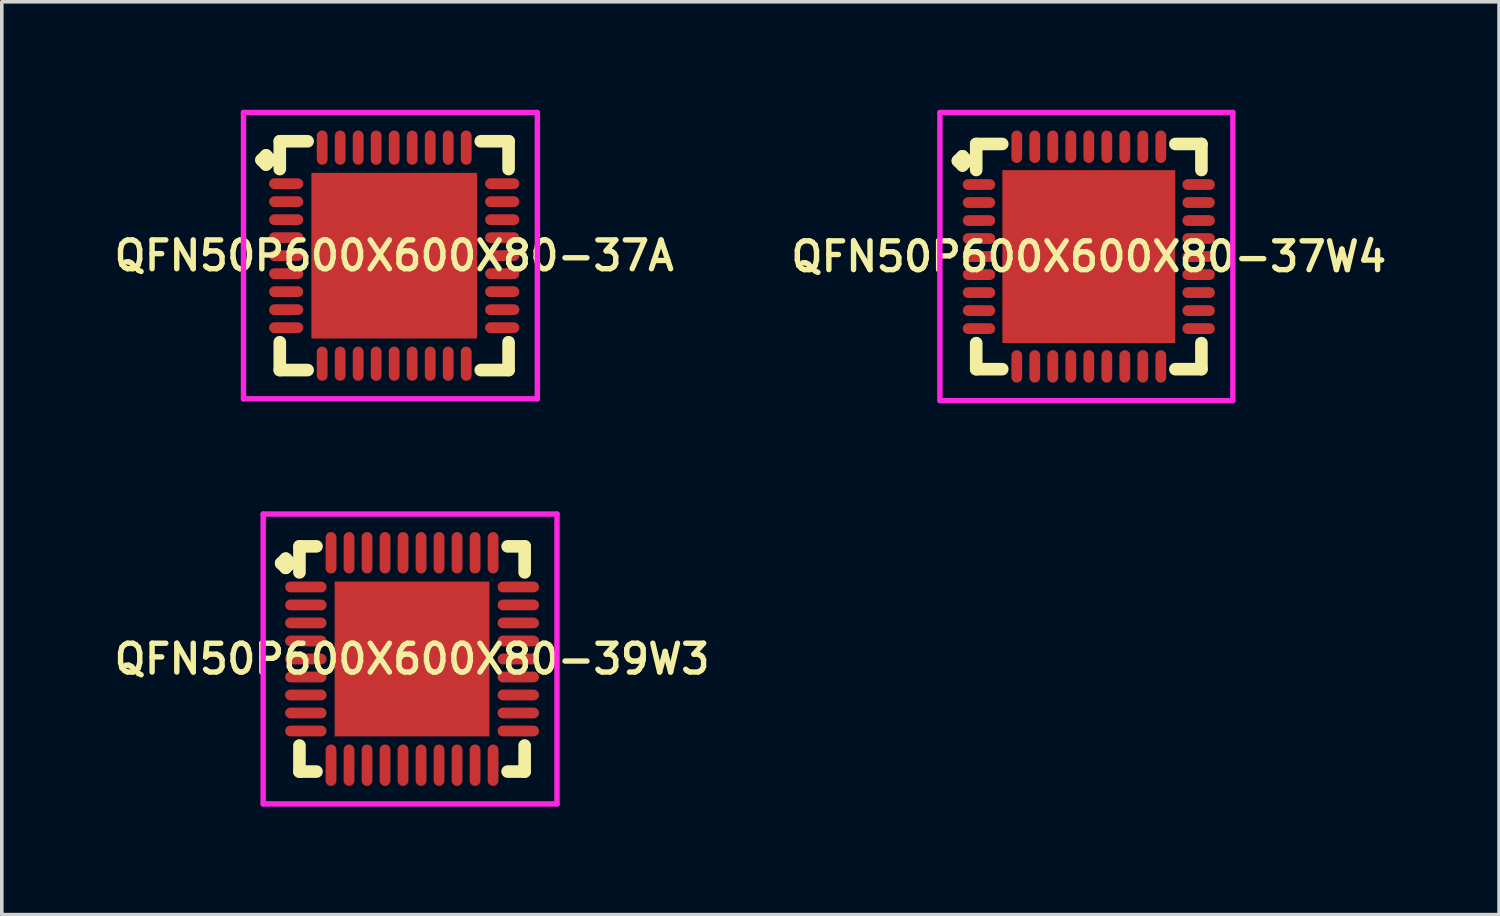
<source format=kicad_pcb>
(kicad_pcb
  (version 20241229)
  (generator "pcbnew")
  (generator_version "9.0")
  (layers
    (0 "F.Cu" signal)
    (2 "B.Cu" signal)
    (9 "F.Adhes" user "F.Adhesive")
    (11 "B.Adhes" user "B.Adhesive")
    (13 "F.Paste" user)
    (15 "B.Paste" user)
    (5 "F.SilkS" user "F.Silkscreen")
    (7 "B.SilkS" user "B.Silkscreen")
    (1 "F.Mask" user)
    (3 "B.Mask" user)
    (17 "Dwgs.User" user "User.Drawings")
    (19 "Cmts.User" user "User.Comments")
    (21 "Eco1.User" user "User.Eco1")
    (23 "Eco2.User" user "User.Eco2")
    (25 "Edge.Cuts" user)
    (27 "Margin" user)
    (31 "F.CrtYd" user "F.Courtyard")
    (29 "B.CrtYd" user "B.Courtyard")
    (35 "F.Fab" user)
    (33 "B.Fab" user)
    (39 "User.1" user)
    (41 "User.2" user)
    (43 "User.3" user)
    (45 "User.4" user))
  (footprint "QFN50P600X600X80-37W4"
    (layer "F.Cu")
    (at 27.187 4.075)
    (property "Reference" "QFN50P600X600X80-37W4" (at 0 0 0) (layer "F.SilkS") (effects (font (size 0.8 0.8) (thickness 0.15))))
    (attr smd)
    (fp_line (start -3.635 -2.658) (end -3.508 -2.785) (stroke (width 0.35) (type solid)) (layer "F.SilkS"))
    (fp_line (start -3.508 -2.785) (end -3.381 -2.658) (stroke (width 0.35) (type solid)) (layer "F.SilkS"))
    (fp_line (start -3.508 -2.531) (end -3.635 -2.658) (stroke (width 0.35) (type solid)) (layer "F.SilkS"))
    (fp_line (start -3.381 -2.658) (end -3.508 -2.531) (stroke (width 0.35) (type solid)) (layer "F.SilkS"))
    (fp_line (start -3.127 -3.127) (end -2.404 -3.127) (stroke (width 0.35) (type solid)) (layer "F.SilkS"))
    (fp_line (start -3.127 -2.404) (end -3.127 -3.127) (stroke (width 0.35) (type solid)) (layer "F.SilkS"))
    (fp_line (start -3.127 2.404) (end -3.127 3.127) (stroke (width 0.35) (type solid)) (layer "F.SilkS"))
    (fp_line (start -3.127 3.127) (end -2.404 3.127) (stroke (width 0.35) (type solid)) (layer "F.SilkS"))
    (fp_line (start 2.404 -3.127) (end 3.127 -3.127) (stroke (width 0.35) (type solid)) (layer "F.SilkS"))
    (fp_line (start 2.404 3.127) (end 3.127 3.127) (stroke (width 0.35) (type solid)) (layer "F.SilkS"))
    (fp_line (start 3.127 -3.127) (end 3.127 -2.404) (stroke (width 0.35) (type solid)) (layer "F.SilkS"))
    (fp_line (start 3.127 3.127) (end 3.127 2.404) (stroke (width 0.35) (type solid)) (layer "F.SilkS"))
    (fp_line (start -4.135 -4) (end 4 -4) (stroke (width 0.15) (type solid)) (layer "F.CrtYd"))
    (fp_line (start -4.135 4) (end -4.135 -4) (stroke (width 0.15) (type solid)) (layer "F.CrtYd"))
    (fp_line (start 4 -4) (end 4 4) (stroke (width 0.15) (type solid)) (layer "F.CrtYd"))
    (fp_line (start 4 4) (end -4.135 4) (stroke (width 0.15) (type solid)) (layer "F.CrtYd"))
    (pad "1" smd oval (at -3.05 -2) (size 0.9 0.3) (layers "F.Cu" "F.Mask" "F.Paste"))
    (pad "2" smd oval (at -3.05 -1.5) (size 0.9 0.3) (layers "F.Cu" "F.Mask" "F.Paste"))
    (pad "3" smd oval (at -3.05 -1) (size 0.9 0.3) (layers "F.Cu" "F.Mask" "F.Paste"))
    (pad "4" smd oval (at -3.05 -0.5) (size 0.9 0.3) (layers "F.Cu" "F.Mask" "F.Paste"))
    (pad "5" smd oval (at -3.05 0) (size 0.9 0.3) (layers "F.Cu" "F.Mask" "F.Paste"))
    (pad "6" smd oval (at -3.05 0.5) (size 0.9 0.3) (layers "F.Cu" "F.Mask" "F.Paste"))
    (pad "7" smd oval (at -3.05 1) (size 0.9 0.3) (layers "F.Cu" "F.Mask" "F.Paste"))
    (pad "8" smd oval (at -3.05 1.5) (size 0.9 0.3) (layers "F.Cu" "F.Mask" "F.Paste"))
    (pad "9" smd oval (at -3.05 2) (size 0.9 0.3) (layers "F.Cu" "F.Mask" "F.Paste"))
    (pad "10" smd oval (at -2 3.05) (size 0.3 0.9) (layers "F.Cu" "F.Mask" "F.Paste"))
    (pad "11" smd oval (at -1.5 3.05) (size 0.3 0.9) (layers "F.Cu" "F.Mask" "F.Paste"))
    (pad "12" smd oval (at -1 3.05) (size 0.3 0.9) (layers "F.Cu" "F.Mask" "F.Paste"))
    (pad "13" smd oval (at -0.5 3.05) (size 0.3 0.9) (layers "F.Cu" "F.Mask" "F.Paste"))
    (pad "14" smd oval (at 0 3.05) (size 0.3 0.9) (layers "F.Cu" "F.Mask" "F.Paste"))
    (pad "15" smd oval (at 0.5 3.05) (size 0.3 0.9) (layers "F.Cu" "F.Mask" "F.Paste"))
    (pad "16" smd oval (at 1 3.05) (size 0.3 0.9) (layers "F.Cu" "F.Mask" "F.Paste"))
    (pad "17" smd oval (at 1.5 3.05) (size 0.3 0.9) (layers "F.Cu" "F.Mask" "F.Paste"))
    (pad "18" smd oval (at 2 3.05) (size 0.3 0.9) (layers "F.Cu" "F.Mask" "F.Paste"))
    (pad "19" smd oval (at 3.05 2) (size 0.9 0.3) (layers "F.Cu" "F.Mask" "F.Paste"))
    (pad "20" smd oval (at 3.05 1.5) (size 0.9 0.3) (layers "F.Cu" "F.Mask" "F.Paste"))
    (pad "21" smd oval (at 3.05 1) (size 0.9 0.3) (layers "F.Cu" "F.Mask" "F.Paste"))
    (pad "22" smd oval (at 3.05 0.5) (size 0.9 0.3) (layers "F.Cu" "F.Mask" "F.Paste"))
    (pad "23" smd oval (at 3.05 0) (size 0.9 0.3) (layers "F.Cu" "F.Mask" "F.Paste"))
    (pad "24" smd oval (at 3.05 -0.5) (size 0.9 0.3) (layers "F.Cu" "F.Mask" "F.Paste"))
    (pad "25" smd oval (at 3.05 -1) (size 0.9 0.3) (layers "F.Cu" "F.Mask" "F.Paste"))
    (pad "26" smd oval (at 3.05 -1.5) (size 0.9 0.3) (layers "F.Cu" "F.Mask" "F.Paste"))
    (pad "27" smd oval (at 3.05 -2) (size 0.9 0.3) (layers "F.Cu" "F.Mask" "F.Paste"))
    (pad "28" smd oval (at 2 -3.05) (size 0.3 0.9) (layers "F.Cu" "F.Mask" "F.Paste"))
    (pad "29" smd oval (at 1.5 -3.05) (size 0.3 0.9) (layers "F.Cu" "F.Mask" "F.Paste"))
    (pad "30" smd oval (at 1 -3.05) (size 0.3 0.9) (layers "F.Cu" "F.Mask" "F.Paste"))
    (pad "31" smd oval (at 0.5 -3.05) (size 0.3 0.9) (layers "F.Cu" "F.Mask" "F.Paste"))
    (pad "32" smd oval (at 0 -3.05) (size 0.3 0.9) (layers "F.Cu" "F.Mask" "F.Paste"))
    (pad "33" smd oval (at -0.5 -3.05) (size 0.3 0.9) (layers "F.Cu" "F.Mask" "F.Paste"))
    (pad "34" smd oval (at -1 -3.05) (size 0.3 0.9) (layers "F.Cu" "F.Mask" "F.Paste"))
    (pad "35" smd oval (at -1.5 -3.05) (size 0.3 0.9) (layers "F.Cu" "F.Mask" "F.Paste"))
    (pad "36" smd oval (at -2 -3.05) (size 0.3 0.9) (layers "F.Cu" "F.Mask" "F.Paste"))
    (pad "37" smd rect (at 0 0) (size 4.8 4.8) (layers "F.Cu" "F.Mask" "F.Paste")))
  (footprint "QFN50P600X600X80-39W3"
    (layer "F.Cu")
    (at 8.393 15.25)
    (property "Reference" "QFN50P600X600X80-39W3" (at 0 0 0) (layer "F.SilkS") (effects (font (size 0.8 0.8) (thickness 0.15))))
    (attr smd)
    (fp_line (start -3.635 -2.658) (end -3.508 -2.785) (stroke (width 0.35) (type solid)) (layer "F.SilkS"))
    (fp_line (start -3.508 -2.785) (end -3.381 -2.658) (stroke (width 0.35) (type solid)) (layer "F.SilkS"))
    (fp_line (start -3.508 -2.531) (end -3.635 -2.658) (stroke (width 0.35) (type solid)) (layer "F.SilkS"))
    (fp_line (start -3.381 -2.658) (end -3.508 -2.531) (stroke (width 0.35) (type solid)) (layer "F.SilkS"))
    (fp_line (start -3.127 -3.127) (end -2.654 -3.127) (stroke (width 0.35) (type solid)) (layer "F.SilkS"))
    (fp_line (start -3.127 -2.404) (end -3.127 -3.127) (stroke (width 0.35) (type solid)) (layer "F.SilkS"))
    (fp_line (start -3.127 2.404) (end -3.127 3.127) (stroke (width 0.35) (type solid)) (layer "F.SilkS"))
    (fp_line (start -3.127 3.127) (end -2.654 3.127) (stroke (width 0.35) (type solid)) (layer "F.SilkS"))
    (fp_line (start 2.654 -3.127) (end 3.127 -3.127) (stroke (width 0.35) (type solid)) (layer "F.SilkS"))
    (fp_line (start 2.654 3.127) (end 3.127 3.127) (stroke (width 0.35) (type solid)) (layer "F.SilkS"))
    (fp_line (start 3.127 -3.127) (end 3.127 -2.404) (stroke (width 0.35) (type solid)) (layer "F.SilkS"))
    (fp_line (start 3.127 3.127) (end 3.127 2.404) (stroke (width 0.35) (type solid)) (layer "F.SilkS"))
    (fp_line (start -4.135 -4.025) (end 4.025 -4.025) (stroke (width 0.15) (type solid)) (layer "F.CrtYd"))
    (fp_line (start -4.135 4.025) (end -4.135 -4.025) (stroke (width 0.15) (type solid)) (layer "F.CrtYd"))
    (fp_line (start 4.025 -4.025) (end 4.025 4.025) (stroke (width 0.15) (type solid)) (layer "F.CrtYd"))
    (fp_line (start 4.025 4.025) (end -4.135 4.025) (stroke (width 0.15) (type solid)) (layer "F.CrtYd"))
    (pad "1" smd oval (at -2.95 -2) (size 1.15 0.3) (layers "F.Cu" "F.Mask" "F.Paste"))
    (pad "2" smd oval (at -2.95 -1.5) (size 1.15 0.3) (layers "F.Cu" "F.Mask" "F.Paste"))
    (pad "3" smd oval (at -2.95 -1) (size 1.15 0.3) (layers "F.Cu" "F.Mask" "F.Paste"))
    (pad "4" smd oval (at -2.95 -0.5) (size 1.15 0.3) (layers "F.Cu" "F.Mask" "F.Paste"))
    (pad "5" smd oval (at -2.95 0) (size 1.15 0.3) (layers "F.Cu" "F.Mask" "F.Paste"))
    (pad "6" smd oval (at -2.95 0.5) (size 1.15 0.3) (layers "F.Cu" "F.Mask" "F.Paste"))
    (pad "7" smd oval (at -2.95 1) (size 1.15 0.3) (layers "F.Cu" "F.Mask" "F.Paste"))
    (pad "8" smd oval (at -2.95 1.5) (size 1.15 0.3) (layers "F.Cu" "F.Mask" "F.Paste"))
    (pad "9" smd oval (at -2.95 2) (size 1.15 0.3) (layers "F.Cu" "F.Mask" "F.Paste"))
    (pad "10" smd oval (at -2.25 2.95) (size 0.3 1.15) (layers "F.Cu" "F.Mask" "F.Paste"))
    (pad "11" smd oval (at -1.75 2.95) (size 0.3 1.15) (layers "F.Cu" "F.Mask" "F.Paste"))
    (pad "12" smd oval (at -1.25 2.95) (size 0.3 1.15) (layers "F.Cu" "F.Mask" "F.Paste"))
    (pad "13" smd oval (at -0.75 2.95) (size 0.3 1.15) (layers "F.Cu" "F.Mask" "F.Paste"))
    (pad "14" smd oval (at -0.25 2.95) (size 0.3 1.15) (layers "F.Cu" "F.Mask" "F.Paste"))
    (pad "15" smd oval (at 0.25 2.95) (size 0.3 1.15) (layers "F.Cu" "F.Mask" "F.Paste"))
    (pad "16" smd oval (at 0.75 2.95) (size 0.3 1.15) (layers "F.Cu" "F.Mask" "F.Paste"))
    (pad "17" smd oval (at 1.25 2.95) (size 0.3 1.15) (layers "F.Cu" "F.Mask" "F.Paste"))
    (pad "18" smd oval (at 1.75 2.95) (size 0.3 1.15) (layers "F.Cu" "F.Mask" "F.Paste"))
    (pad "19" smd oval (at 2.25 2.95) (size 0.3 1.15) (layers "F.Cu" "F.Mask" "F.Paste"))
    (pad "20" smd oval (at 2.95 2) (size 1.15 0.3) (layers "F.Cu" "F.Mask" "F.Paste"))
    (pad "21" smd oval (at 2.95 1.5) (size 1.15 0.3) (layers "F.Cu" "F.Mask" "F.Paste"))
    (pad "22" smd oval (at 2.95 1) (size 1.15 0.3) (layers "F.Cu" "F.Mask" "F.Paste"))
    (pad "23" smd oval (at 2.95 0.5) (size 1.15 0.3) (layers "F.Cu" "F.Mask" "F.Paste"))
    (pad "24" smd oval (at 2.95 0) (size 1.15 0.3) (layers "F.Cu" "F.Mask" "F.Paste"))
    (pad "25" smd oval (at 2.95 -0.5) (size 1.15 0.3) (layers "F.Cu" "F.Mask" "F.Paste"))
    (pad "26" smd oval (at 2.95 -1) (size 1.15 0.3) (layers "F.Cu" "F.Mask" "F.Paste"))
    (pad "27" smd oval (at 2.95 -1.5) (size 1.15 0.3) (layers "F.Cu" "F.Mask" "F.Paste"))
    (pad "28" smd oval (at 2.95 -2) (size 1.15 0.3) (layers "F.Cu" "F.Mask" "F.Paste"))
    (pad "29" smd oval (at 2.25 -2.95) (size 0.3 1.15) (layers "F.Cu" "F.Mask" "F.Paste"))
    (pad "30" smd oval (at 1.75 -2.95) (size 0.3 1.15) (layers "F.Cu" "F.Mask" "F.Paste"))
    (pad "31" smd oval (at 1.25 -2.95) (size 0.3 1.15) (layers "F.Cu" "F.Mask" "F.Paste"))
    (pad "32" smd oval (at 0.75 -2.95) (size 0.3 1.15) (layers "F.Cu" "F.Mask" "F.Paste"))
    (pad "33" smd oval (at 0.25 -2.95) (size 0.3 1.15) (layers "F.Cu" "F.Mask" "F.Paste"))
    (pad "34" smd oval (at -0.25 -2.95) (size 0.3 1.15) (layers "F.Cu" "F.Mask" "F.Paste"))
    (pad "35" smd oval (at -0.75 -2.95) (size 0.3 1.15) (layers "F.Cu" "F.Mask" "F.Paste"))
    (pad "36" smd oval (at -1.25 -2.95) (size 0.3 1.15) (layers "F.Cu" "F.Mask" "F.Paste"))
    (pad "37" smd oval (at -1.75 -2.95) (size 0.3 1.15) (layers "F.Cu" "F.Mask" "F.Paste"))
    (pad "38" smd oval (at -2.25 -2.95) (size 0.3 1.15) (layers "F.Cu" "F.Mask" "F.Paste"))
    (pad "39" smd rect (at 0 0) (size 4.3 4.3) (layers "F.Cu" "F.Mask" "F.Paste")))
  (footprint "QFN50P600X600X80-37A"
    (layer "F.Cu")
    (at 7.897 4.05)
    (property "Reference" "QFN50P600X600X80-37A" (at 0 0 0) (layer "F.SilkS") (effects (font (size 0.8 0.8) (thickness 0.15))))
    (attr smd)
    (fp_line (start -3.685 -2.658) (end -3.558 -2.785) (stroke (width 0.35) (type solid)) (layer "F.SilkS"))
    (fp_line (start -3.558 -2.785) (end -3.431 -2.658) (stroke (width 0.35) (type solid)) (layer "F.SilkS"))
    (fp_line (start -3.558 -2.531) (end -3.685 -2.658) (stroke (width 0.35) (type solid)) (layer "F.SilkS"))
    (fp_line (start -3.431 -2.658) (end -3.558 -2.531) (stroke (width 0.35) (type solid)) (layer "F.SilkS"))
    (fp_line (start -3.177 -3.177) (end -2.404 -3.177) (stroke (width 0.35) (type solid)) (layer "F.SilkS"))
    (fp_line (start -3.177 -2.404) (end -3.177 -3.177) (stroke (width 0.35) (type solid)) (layer "F.SilkS"))
    (fp_line (start -3.177 2.404) (end -3.177 3.177) (stroke (width 0.35) (type solid)) (layer "F.SilkS"))
    (fp_line (start -3.177 3.177) (end -2.404 3.177) (stroke (width 0.35) (type solid)) (layer "F.SilkS"))
    (fp_line (start 2.404 -3.177) (end 3.177 -3.177) (stroke (width 0.35) (type solid)) (layer "F.SilkS"))
    (fp_line (start 2.404 3.177) (end 3.177 3.177) (stroke (width 0.35) (type solid)) (layer "F.SilkS"))
    (fp_line (start 3.177 -3.177) (end 3.177 -2.404) (stroke (width 0.35) (type solid)) (layer "F.SilkS"))
    (fp_line (start 3.177 3.177) (end 3.177 2.404) (stroke (width 0.35) (type solid)) (layer "F.SilkS"))
    (fp_line (start -4.185 -3.975) (end 3.975 -3.975) (stroke (width 0.15) (type solid)) (layer "F.CrtYd"))
    (fp_line (start -4.185 3.975) (end -4.185 -3.975) (stroke (width 0.15) (type solid)) (layer "F.CrtYd"))
    (fp_line (start 3.975 -3.975) (end 3.975 3.975) (stroke (width 0.15) (type solid)) (layer "F.CrtYd"))
    (fp_line (start 3.975 3.975) (end -4.185 3.975) (stroke (width 0.15) (type solid)) (layer "F.CrtYd"))
    (pad "1" smd oval (at -3 -2) (size 0.95 0.3) (layers "F.Cu" "F.Mask" "F.Paste"))
    (pad "2" smd oval (at -3 -1.5) (size 0.95 0.3) (layers "F.Cu" "F.Mask" "F.Paste"))
    (pad "3" smd oval (at -3 -1) (size 0.95 0.3) (layers "F.Cu" "F.Mask" "F.Paste"))
    (pad "4" smd oval (at -3 -0.5) (size 0.95 0.3) (layers "F.Cu" "F.Mask" "F.Paste"))
    (pad "5" smd oval (at -3 0) (size 0.95 0.3) (layers "F.Cu" "F.Mask" "F.Paste"))
    (pad "6" smd oval (at -3 0.5) (size 0.95 0.3) (layers "F.Cu" "F.Mask" "F.Paste"))
    (pad "7" smd oval (at -3 1) (size 0.95 0.3) (layers "F.Cu" "F.Mask" "F.Paste"))
    (pad "8" smd oval (at -3 1.5) (size 0.95 0.3) (layers "F.Cu" "F.Mask" "F.Paste"))
    (pad "9" smd oval (at -3 2) (size 0.95 0.3) (layers "F.Cu" "F.Mask" "F.Paste"))
    (pad "10" smd oval (at -2 3) (size 0.3 0.95) (layers "F.Cu" "F.Mask" "F.Paste"))
    (pad "11" smd oval (at -1.5 3) (size 0.3 0.95) (layers "F.Cu" "F.Mask" "F.Paste"))
    (pad "12" smd oval (at -1 3) (size 0.3 0.95) (layers "F.Cu" "F.Mask" "F.Paste"))
    (pad "13" smd oval (at -0.5 3) (size 0.3 0.95) (layers "F.Cu" "F.Mask" "F.Paste"))
    (pad "14" smd oval (at 0 3) (size 0.3 0.95) (layers "F.Cu" "F.Mask" "F.Paste"))
    (pad "15" smd oval (at 0.5 3) (size 0.3 0.95) (layers "F.Cu" "F.Mask" "F.Paste"))
    (pad "16" smd oval (at 1 3) (size 0.3 0.95) (layers "F.Cu" "F.Mask" "F.Paste"))
    (pad "17" smd oval (at 1.5 3) (size 0.3 0.95) (layers "F.Cu" "F.Mask" "F.Paste"))
    (pad "18" smd oval (at 2 3) (size 0.3 0.95) (layers "F.Cu" "F.Mask" "F.Paste"))
    (pad "19" smd oval (at 3 2) (size 0.95 0.3) (layers "F.Cu" "F.Mask" "F.Paste"))
    (pad "20" smd oval (at 3 1.5) (size 0.95 0.3) (layers "F.Cu" "F.Mask" "F.Paste"))
    (pad "21" smd oval (at 3 1) (size 0.95 0.3) (layers "F.Cu" "F.Mask" "F.Paste"))
    (pad "22" smd oval (at 3 0.5) (size 0.95 0.3) (layers "F.Cu" "F.Mask" "F.Paste"))
    (pad "23" smd oval (at 3 0) (size 0.95 0.3) (layers "F.Cu" "F.Mask" "F.Paste"))
    (pad "24" smd oval (at 3 -0.5) (size 0.95 0.3) (layers "F.Cu" "F.Mask" "F.Paste"))
    (pad "25" smd oval (at 3 -1) (size 0.95 0.3) (layers "F.Cu" "F.Mask" "F.Paste"))
    (pad "26" smd oval (at 3 -1.5) (size 0.95 0.3) (layers "F.Cu" "F.Mask" "F.Paste"))
    (pad "27" smd oval (at 3 -2) (size 0.95 0.3) (layers "F.Cu" "F.Mask" "F.Paste"))
    (pad "28" smd oval (at 2 -3) (size 0.3 0.95) (layers "F.Cu" "F.Mask" "F.Paste"))
    (pad "29" smd oval (at 1.5 -3) (size 0.3 0.95) (layers "F.Cu" "F.Mask" "F.Paste"))
    (pad "30" smd oval (at 1 -3) (size 0.3 0.95) (layers "F.Cu" "F.Mask" "F.Paste"))
    (pad "31" smd oval (at 0.5 -3) (size 0.3 0.95) (layers "F.Cu" "F.Mask" "F.Paste"))
    (pad "32" smd oval (at 0 -3) (size 0.3 0.95) (layers "F.Cu" "F.Mask" "F.Paste"))
    (pad "33" smd oval (at -0.5 -3) (size 0.3 0.95) (layers "F.Cu" "F.Mask" "F.Paste"))
    (pad "34" smd oval (at -1 -3) (size 0.3 0.95) (layers "F.Cu" "F.Mask" "F.Paste"))
    (pad "35" smd oval (at -1.5 -3) (size 0.3 0.95) (layers "F.Cu" "F.Mask" "F.Paste"))
    (pad "36" smd oval (at -2 -3) (size 0.3 0.95) (layers "F.Cu" "F.Mask" "F.Paste"))
    (pad "37" smd rect (at 0 0) (size 4.6 4.6) (layers "F.Cu" "F.Mask" "F.Paste")))
  (gr_rect
    (start -3 -3)
    (end 38.58 22.35)
    (stroke (width 0.1) (type default))
    (fill no)
    (layer "Edge.Cuts")))
</source>
